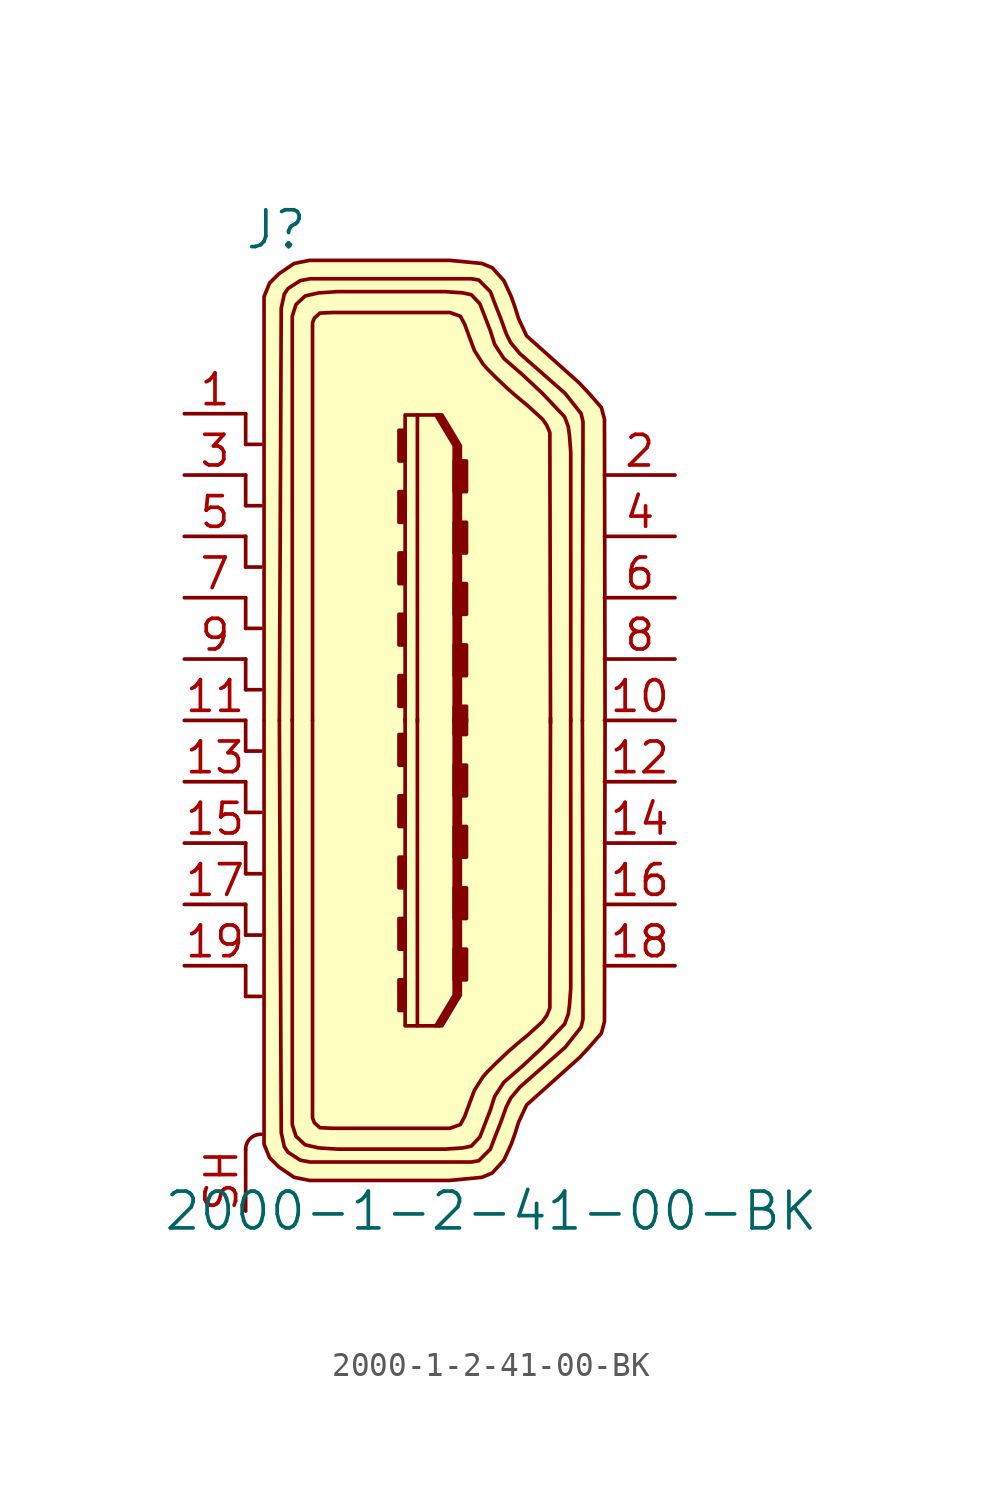
<source format=kicad_sym>
(kicad_symbol_lib
  (version 20220914)
  (generator kicad_symbol_editor)
  (symbol "2000-1-2-41-00-BK"
    (pin_names
      (offset 1.016))
    (property "Reference" "J"
      (at -6.35 20.32 0)
      (effects (font (size 1.524 1.524))))
    (property "Value" "2000-1-2-41-00-BK"
      (at 2.54 -20.32 0)
      (effects (font (size 1.524 1.524))))
    (symbol "2000-1-2-41-00-BK_0_1"
      (arc (start -6.985 -17.145) (mid -7.4425 -17.3292) (end -7.62 -17.78) (stroke (width 0) (type default)) (fill (type none)))
      (rectangle (start -1.27 -12.014) (end -1.016 -10.744) (stroke (width 0) (type default)) (fill (type outline)))
      (rectangle (start -1.27 -9.474) (end -1.016 -8.204) (stroke (width 0) (type default)) (fill (type outline)))
      (rectangle (start -1.27 -6.934) (end -1.016 -5.664) (stroke (width 0) (type default)) (fill (type outline)))
      (rectangle (start -1.27 -4.394) (end -1.016 -3.124) (stroke (width 0) (type default)) (fill (type outline)))
      (rectangle (start -1.27 -1.854) (end -1.016 -0.584) (stroke (width 0) (type default)) (fill (type outline)))
      (rectangle (start -1.27 1.854) (end -1.016 0.584) (stroke (width 0) (type default)) (fill (type outline)))
      (rectangle (start -1.27 4.394) (end -1.016 3.124) (stroke (width 0) (type default)) (fill (type outline)))
      (rectangle (start -1.27 6.934) (end -1.016 5.664) (stroke (width 0) (type default)) (fill (type outline)))
      (rectangle (start -1.27 9.474) (end -1.016 8.204) (stroke (width 0) (type default)) (fill (type outline)))
      (rectangle (start -1.27 12.014) (end -1.016 10.744) (stroke (width 0) (type default)) (fill (type outline)))
      (polyline (pts (xy -7.62 -10.16) (xy -7.62 -11.43)) (stroke (width 0) (type default)) (fill (type none)))
      (polyline (pts (xy -7.62 -7.62) (xy -7.62 -8.89)) (stroke (width 0) (type default)) (fill (type none)))
      (polyline (pts (xy -7.62 -5.08) (xy -7.62 -6.35)) (stroke (width 0) (type default)) (fill (type none)))
      (polyline (pts (xy -7.62 -2.54) (xy -7.62 -3.81)) (stroke (width 0) (type default)) (fill (type none)))
      (polyline (pts (xy -7.62 0) (xy -7.62 -1.27)) (stroke (width 0) (type default)) (fill (type none)))
      (polyline (pts (xy -7.62 2.54) (xy -7.62 1.27)) (stroke (width 0) (type default)) (fill (type none)))
      (polyline (pts (xy -7.62 5.08) (xy -7.62 3.81)) (stroke (width 0) (type default)) (fill (type none)))
      (polyline (pts (xy -7.62 7.62) (xy -7.62 6.35)) (stroke (width 0) (type default)) (fill (type none)))
      (polyline (pts (xy -7.62 10.16) (xy -7.62 8.89)) (stroke (width 0) (type default)) (fill (type none)))
      (polyline (pts (xy -7.62 12.7) (xy -7.62 11.43)) (stroke (width 0) (type default)) (fill (type none)))
      (polyline (pts (xy -6.985 -11.43) (xy -7.62 -11.43)) (stroke (width 0) (type default)) (fill (type none)))
      (polyline (pts (xy -6.985 -8.89) (xy -7.62 -8.89)) (stroke (width 0) (type default)) (fill (type none)))
      (polyline (pts (xy -6.985 -6.35) (xy -7.62 -6.35)) (stroke (width 0) (type default)) (fill (type none)))
      (polyline (pts (xy -6.985 -3.81) (xy -7.62 -3.81)) (stroke (width 0) (type default)) (fill (type none)))
      (polyline (pts (xy -6.985 -1.27) (xy -7.62 -1.27)) (stroke (width 0) (type default)) (fill (type none)))
      (polyline (pts (xy -6.985 1.27) (xy -7.62 1.27)) (stroke (width 0) (type default)) (fill (type none)))
      (polyline (pts (xy -6.985 3.81) (xy -7.62 3.81)) (stroke (width 0) (type default)) (fill (type none)))
      (polyline (pts (xy -6.985 6.35) (xy -7.62 6.35)) (stroke (width 0) (type default)) (fill (type none)))
      (polyline (pts (xy -6.985 8.89) (xy -7.62 8.89)) (stroke (width 0) (type default)) (fill (type none)))
      (polyline (pts (xy -6.985 11.43) (xy -7.62 11.43)) (stroke (width 0) (type default)) (fill (type none)))
      (polyline (pts (xy -0.508 -0.051) (xy -0.508 12.649)) (stroke (width 0) (type default)) (fill (type none)))
      (polyline (pts (xy -0.508 0.051) (xy -0.508 -12.649)) (stroke (width 0) (type default)) (fill (type none)))
      (polyline (pts (xy 0.381 -12.649) (xy 1.143 -11.379)) (stroke (width 0) (type default)) (fill (type none)))
      (polyline (pts (xy 0.381 12.649) (xy 1.143 11.379)) (stroke (width 0) (type default)) (fill (type none)))
      (polyline (pts (xy 1.143 -11.379) (xy 1.143 0.051)) (stroke (width 0) (type default)) (fill (type none)))
      (polyline (pts (xy 1.143 11.379) (xy 1.143 -0.051)) (stroke (width 0) (type default)) (fill (type none)))
      (polyline (pts (xy 0.254 -12.649) (xy 1.016 -11.379) (xy 1.016 0.051)) (stroke (width 0) (type default)) (fill (type none)))
      (polyline (pts (xy 0.254 12.649) (xy 1.016 11.379) (xy 1.016 -0.051)) (stroke (width 0) (type default)) (fill (type none)))
      (polyline (pts (xy -1.016 -0.051) (xy -1.016 12.649) (xy 0.508 12.649) (xy 1.27 11.379) (xy 1.27 -0.051)) (stroke (width 0) (type default)) (fill (type none)))
      (polyline (pts (xy -1.016 0.051) (xy -1.016 -12.649) (xy 0.508 -12.649) (xy 1.27 -11.379) (xy 1.27 0.051)) (stroke (width 0) (type default)) (fill (type none)))
      (polyline (pts (xy -6.223 0) (xy -6.147 -17.069) (xy -6.02 -17.653) (xy -5.867 -17.882) (xy -5.359 -18.212) (xy -4.953 -18.288) (xy -3.607 -18.288) (xy 1.727 -18.288) (xy 2.032 -18.237) (xy 2.21 -18.059) (xy 2.515 -17.755) (xy 2.667 -17.348) (xy 2.946 -16.637) (xy 3.175 -16.002) (xy 3.353 -15.646) (xy 3.734 -15.189) (xy 5.613 -13.538) (xy 6.274 -12.7) (xy 6.35 -12.37) (xy 6.325 0)) (stroke (width 0) (type default)) (fill (type none)))
      (polyline (pts (xy -6.223 0) (xy -6.147 17.069) (xy -6.02 17.653) (xy -5.867 17.882) (xy -5.359 18.212) (xy -4.953 18.288) (xy -3.607 18.288) (xy 1.727 18.288) (xy 2.032 18.237) (xy 2.21 18.059) (xy 2.515 17.755) (xy 2.667 17.348) (xy 2.946 16.637) (xy 3.175 16.002) (xy 3.353 15.646) (xy 3.734 15.189) (xy 5.613 13.538) (xy 6.274 12.7) (xy 6.35 12.37) (xy 6.325 0)) (stroke (width 0) (type default)) (fill (type none)))
      (polyline (pts (xy 7.264 -0.025) (xy 7.239 12.471) (xy 7.112 12.954) (xy 6.579 13.564) (xy 6.198 13.97) (xy 4.013 15.926) (xy 3.683 16.637) (xy 3.531 17.12) (xy 3.378 17.551) (xy 3.073 18.212) (xy 2.591 18.745) (xy 2.159 18.923) (xy 0.838 19.05) (xy -4.978 19.05) (xy -5.613 18.923) (xy -6.248 18.491) (xy -6.629 18.11) (xy -6.858 17.551) (xy -6.858 16.231) (xy -6.858 0)) (stroke (width 0) (type default)) (fill (type background)))
      (polyline (pts (xy 7.264 0.025) (xy 7.239 -12.471) (xy 7.112 -12.954) (xy 6.579 -13.564) (xy 6.198 -13.97) (xy 4.013 -15.926) (xy 3.683 -16.637) (xy 3.531 -17.12) (xy 3.378 -17.551) (xy 3.073 -18.212) (xy 2.591 -18.745) (xy 2.159 -18.923) (xy 0.838 -19.05) (xy -4.978 -19.05) (xy -5.613 -18.923) (xy -6.248 -18.491) (xy -6.629 -18.11) (xy -6.858 -17.551) (xy -6.858 -16.231) (xy -6.858 0)) (stroke (width 0) (type default)) (fill (type background)))
      (polyline (pts (xy -5.69 -0.025) (xy -5.69 16.739) (xy -5.537 17.221) (xy -5.156 17.577) (xy -4.597 17.704) (xy -3.835 17.755) (xy 0.635 17.755) (xy 1.372 17.704) (xy 1.727 17.628) (xy 2.083 17.247) (xy 2.515 16.129) (xy 2.692 15.57) (xy 3.073 14.986) (xy 3.861 14.3) (xy 4.674 13.538) (xy 5.156 13.03) (xy 5.588 12.573) (xy 5.74 12.167) (xy 5.791 11.786) (xy 5.842 11.1) (xy 5.842 -0.051)) (stroke (width 0) (type default)) (fill (type none)))
      (polyline (pts (xy -5.69 0.025) (xy -5.69 -16.739) (xy -5.537 -17.221) (xy -5.156 -17.577) (xy -4.597 -17.704) (xy -3.835 -17.755) (xy 0.635 -17.755) (xy 1.372 -17.704) (xy 1.727 -17.628) (xy 2.083 -17.247) (xy 2.515 -16.129) (xy 2.692 -15.57) (xy 3.073 -14.986) (xy 3.861 -14.3) (xy 4.674 -13.538) (xy 5.156 -13.03) (xy 5.588 -12.573) (xy 5.74 -12.167) (xy 5.791 -11.786) (xy 5.842 -11.1) (xy 5.842 0.051)) (stroke (width 0) (type default)) (fill (type none)))
      (polyline (pts (xy -4.851 0) (xy -4.851 -16.459) (xy -4.775 -16.662) (xy -4.547 -16.866) (xy -4.039 -16.891) (xy 0.838 -16.891) (xy 1.27 -16.739) (xy 1.448 -16.408) (xy 1.702 -15.723) (xy 1.854 -15.316) (xy 2.21 -14.757) (xy 2.388 -14.554) (xy 2.591 -14.351) (xy 2.743 -14.199) (xy 3.226 -13.741) (xy 3.632 -13.386) (xy 4.064 -13.03) (xy 4.369 -12.751) (xy 4.674 -12.471) (xy 4.851 -12.217) (xy 4.978 -11.913) (xy 4.978 -11.532) (xy 5.004 0.102)) (stroke (width 0) (type default)) (fill (type none)))
      (polyline (pts (xy -4.851 0) (xy -4.851 16.459) (xy -4.775 16.662) (xy -4.547 16.866) (xy -4.039 16.891) (xy 0.838 16.891) (xy 1.27 16.739) (xy 1.448 16.408) (xy 1.702 15.723) (xy 1.854 15.316) (xy 2.21 14.757) (xy 2.388 14.554) (xy 2.591 14.351) (xy 2.743 14.199) (xy 3.226 13.741) (xy 3.632 13.386) (xy 4.064 13.03) (xy 4.369 12.751) (xy 4.674 12.471) (xy 4.851 12.217) (xy 4.978 11.913) (xy 4.978 11.532) (xy 5.004 -0.102)) (stroke (width 0) (type default)) (fill (type none)))
      (rectangle (start 1.016 -10.744) (end 1.524 -9.474) (stroke (width 0) (type default)) (fill (type outline)))
      (rectangle (start 1.016 -8.204) (end 1.524 -6.934) (stroke (width 0) (type default)) (fill (type outline)))
      (rectangle (start 1.016 -5.664) (end 1.524 -4.394) (stroke (width 0) (type default)) (fill (type outline)))
      (rectangle (start 1.016 -3.124) (end 1.524 -1.854) (stroke (width 0) (type default)) (fill (type outline)))
      (rectangle (start 1.016 -0.584) (end 1.524 0.051) (stroke (width 0) (type default)) (fill (type outline)))
      (rectangle (start 1.016 0.584) (end 1.524 -0.051) (stroke (width 0) (type default)) (fill (type outline)))
      (rectangle (start 1.016 3.124) (end 1.524 1.854) (stroke (width 0) (type default)) (fill (type outline)))
      (rectangle (start 1.016 5.664) (end 1.524 4.394) (stroke (width 0) (type default)) (fill (type outline)))
      (rectangle (start 1.016 8.204) (end 1.524 6.934) (stroke (width 0) (type default)) (fill (type outline)))
      (rectangle (start 1.016 10.744) (end 1.524 9.474) (stroke (width 0) (type default)) (fill (type outline))))
    (symbol "2000-1-2-41-00-BK_1_1"
      (pin passive line (at -10.16 12.7 0) (length 2.54) (name "~" (effects (font (size 1.27 1.27)))) (number "1" (effects (font (size 1.27 1.27)))))
      (pin passive line (at 10.16 0 180) (length 2.921) (name "~" (effects (font (size 1.27 1.27)))) (number "10" (effects (font (size 1.27 1.27)))))
      (pin passive line (at -10.16 0 0) (length 2.54) (name "~" (effects (font (size 1.27 1.27)))) (number "11" (effects (font (size 1.27 1.27)))))
      (pin passive line (at 10.16 -2.54 180) (length 2.921) (name "~" (effects (font (size 1.27 1.27)))) (number "12" (effects (font (size 1.27 1.27)))))
      (pin passive line (at -10.16 -2.54 0) (length 2.54) (name "~" (effects (font (size 1.27 1.27)))) (number "13" (effects (font (size 1.27 1.27)))))
      (pin passive line (at 10.16 -5.08 180) (length 2.921) (name "~" (effects (font (size 1.27 1.27)))) (number "14" (effects (font (size 1.27 1.27)))))
      (pin passive line (at -10.16 -5.08 0) (length 2.54) (name "~" (effects (font (size 1.27 1.27)))) (number "15" (effects (font (size 1.27 1.27)))))
      (pin passive line (at 10.16 -7.62 180) (length 2.921) (name "~" (effects (font (size 1.27 1.27)))) (number "16" (effects (font (size 1.27 1.27)))))
      (pin passive line (at -10.16 -7.62 0) (length 2.54) (name "~" (effects (font (size 1.27 1.27)))) (number "17" (effects (font (size 1.27 1.27)))))
      (pin passive line (at 10.16 -10.16 180) (length 2.921) (name "~" (effects (font (size 1.27 1.27)))) (number "18" (effects (font (size 1.27 1.27)))))
      (pin passive line (at -10.16 -10.16 0) (length 2.54) (name "~" (effects (font (size 1.27 1.27)))) (number "19" (effects (font (size 1.27 1.27)))))
      (pin passive line (at 10.16 10.16 180) (length 2.921) (name "~" (effects (font (size 1.27 1.27)))) (number "2" (effects (font (size 1.27 1.27)))))
      (pin passive line (at -10.16 10.16 0) (length 2.54) (name "~" (effects (font (size 1.27 1.27)))) (number "3" (effects (font (size 1.27 1.27)))))
      (pin passive line (at 10.16 7.62 180) (length 2.921) (name "~" (effects (font (size 1.27 1.27)))) (number "4" (effects (font (size 1.27 1.27)))))
      (pin passive line (at -10.16 7.62 0) (length 2.54) (name "~" (effects (font (size 1.27 1.27)))) (number "5" (effects (font (size 1.27 1.27)))))
      (pin passive line (at 10.16 5.08 180) (length 2.921) (name "~" (effects (font (size 1.27 1.27)))) (number "6" (effects (font (size 1.27 1.27)))))
      (pin passive line (at -10.16 5.08 0) (length 2.54) (name "~" (effects (font (size 1.27 1.27)))) (number "7" (effects (font (size 1.27 1.27)))))
      (pin passive line (at 10.16 2.54 180) (length 2.921) (name "~" (effects (font (size 1.27 1.27)))) (number "8" (effects (font (size 1.27 1.27)))))
      (pin passive line (at -10.16 2.54 0) (length 2.54) (name "~" (effects (font (size 1.27 1.27)))) (number "9" (effects (font (size 1.27 1.27)))))
      (pin passive line (at -7.62 -20.32 90) (length 2.54) (name "~" (effects (font (size 1.27 1.27)))) (number "SH" (effects (font (size 1.27 1.27))))))))
</source>
